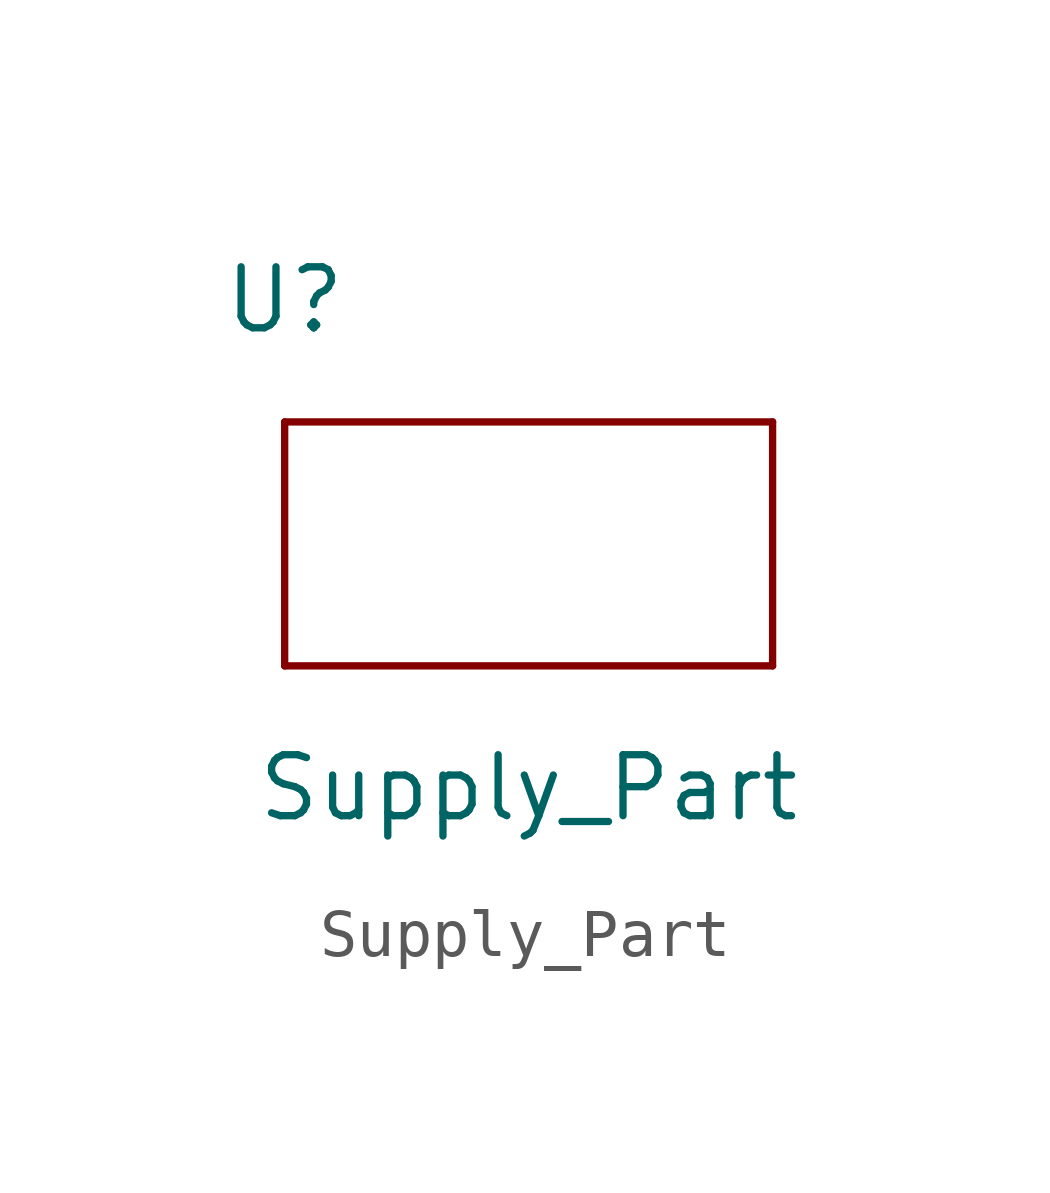
<source format=kicad_sym>
(kicad_symbol_lib
  (version 20211014)
  (generator kicad_symbol_editor)
  (symbol "Supply_Part"
    (pin_names
      (offset 1.016))
    (property "Reference" "U"
      (at -5.08 5.08 0)
      (effects (font (size 1.27 1.27))))
    (property "Value" "Supply_Part"
      (at 0 -5.08 0)
      (effects (font (size 1.27 1.27))))
    (symbol "Supply_Part_0_1"
      (rectangle (start -5.08 2.54) (end -5.08 -2.54) (stroke (width 0) (type default) (color 0 0 0 0)) (fill (type none)))
      (rectangle (start -5.08 2.54) (end 5.08 2.54) (stroke (width 0) (type default) (color 0 0 0 0)) (fill (type none)))
      (rectangle (start 5.08 -2.54) (end -5.08 -2.54) (stroke (width 0) (type default) (color 0 0 0 0)) (fill (type none)))
      (rectangle (start 5.08 -2.54) (end 5.08 2.54) (stroke (width 0) (type default) (color 0 0 0 0)) (fill (type none))))))
</source>
